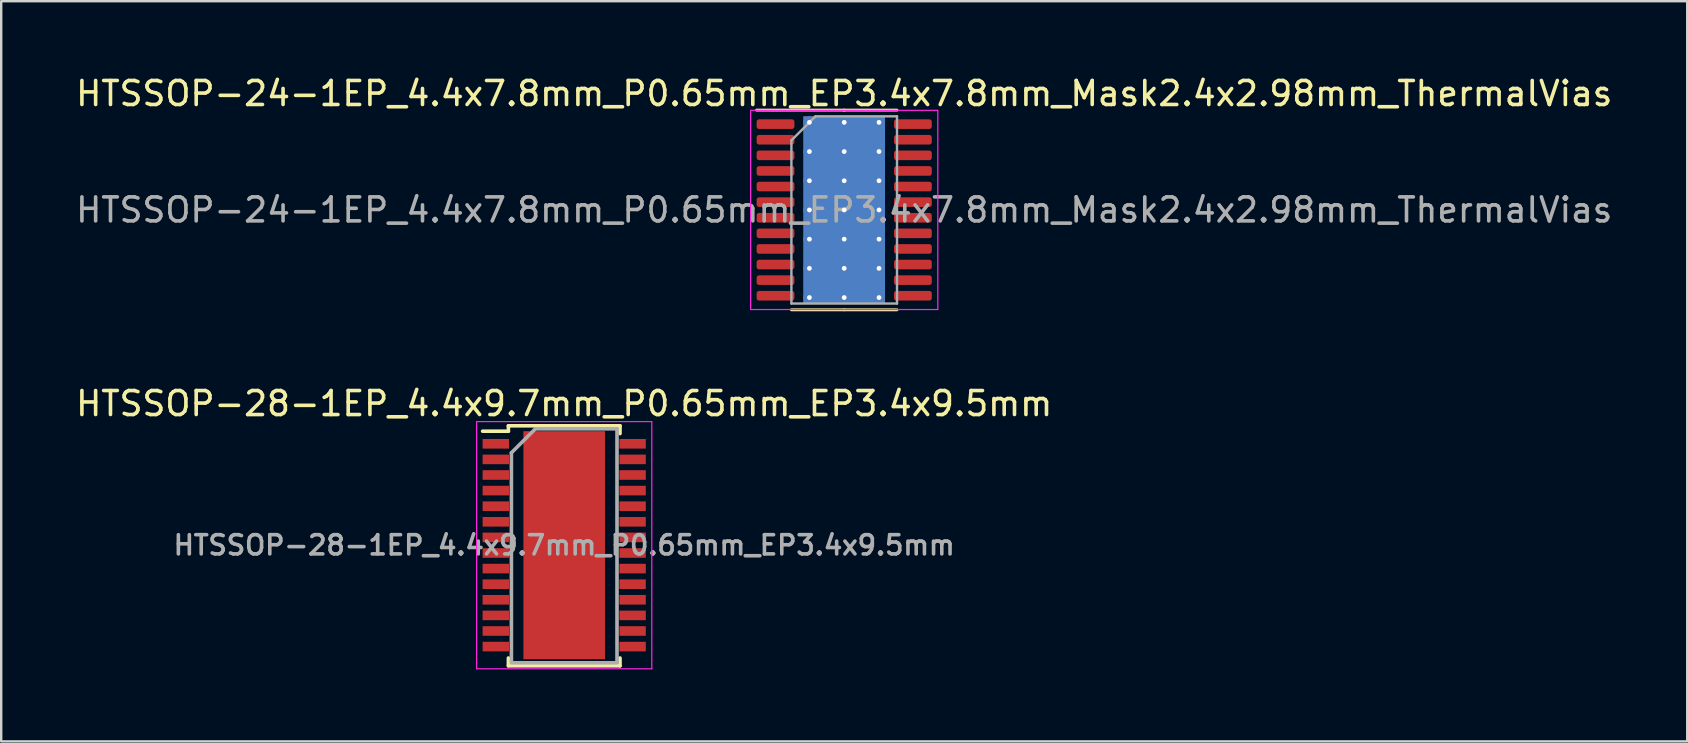
<source format=kicad_pcb>
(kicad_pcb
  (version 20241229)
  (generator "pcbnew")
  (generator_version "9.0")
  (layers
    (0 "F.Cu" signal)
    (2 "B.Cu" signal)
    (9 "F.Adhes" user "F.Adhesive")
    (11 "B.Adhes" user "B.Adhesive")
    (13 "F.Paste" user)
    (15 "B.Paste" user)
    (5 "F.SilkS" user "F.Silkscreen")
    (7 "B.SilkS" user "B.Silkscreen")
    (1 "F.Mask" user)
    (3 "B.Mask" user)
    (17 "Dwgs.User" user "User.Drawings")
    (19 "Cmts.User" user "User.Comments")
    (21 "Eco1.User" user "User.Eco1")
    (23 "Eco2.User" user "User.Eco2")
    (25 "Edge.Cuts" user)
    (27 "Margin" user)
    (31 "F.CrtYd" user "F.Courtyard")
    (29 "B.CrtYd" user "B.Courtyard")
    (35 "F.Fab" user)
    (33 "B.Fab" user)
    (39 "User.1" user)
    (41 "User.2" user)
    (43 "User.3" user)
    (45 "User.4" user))
  (footprint "HTSSOP-28-1EP_4.4x9.7mm_P0.65mm_EP3.4x9.5mm"
    (layer "F.Cu")
    (at 20.458 19.666)
    (property "Reference" "HTSSOP-28-1EP_4.4x9.7mm_P0.65mm_EP3.4x9.5mm" (at 0 -5.9 0) (layer "F.SilkS") (effects (font (size 1 1) (thickness 0.15))))
    (attr smd)
    (fp_line (start -2.325 -4.975) (end -2.325 -4.75) (stroke (width 0.15) (type solid)) (layer "F.SilkS"))
    (fp_line (start -2.325 -4.975) (end 2.325 -4.975) (stroke (width 0.15) (type solid)) (layer "F.SilkS"))
    (fp_line (start -2.325 -4.75) (end -3.4 -4.75) (stroke (width 0.15) (type solid)) (layer "F.SilkS"))
    (fp_line (start -2.325 5.026) (end -2.325 4.701) (stroke (width 0.15) (type solid)) (layer "F.SilkS"))
    (fp_line (start -2.325 5.026) (end 2.325 5.026) (stroke (width 0.15) (type solid)) (layer "F.SilkS"))
    (fp_line (start 2.325 -4.975) (end 2.325 -4.65) (stroke (width 0.15) (type solid)) (layer "F.SilkS"))
    (fp_line (start 2.325 5.026) (end 2.325 4.701) (stroke (width 0.15) (type solid)) (layer "F.SilkS"))
    (fp_line (start -3.65 -5.15) (end -3.65 5.15) (stroke (width 0.05) (type solid)) (layer "F.CrtYd"))
    (fp_line (start -3.65 -5.15) (end 3.65 -5.15) (stroke (width 0.05) (type solid)) (layer "F.CrtYd"))
    (fp_line (start -3.65 5.15) (end 3.65 5.15) (stroke (width 0.05) (type solid)) (layer "F.CrtYd"))
    (fp_line (start 3.65 -5.15) (end 3.65 5.15) (stroke (width 0.05) (type solid)) (layer "F.CrtYd"))
    (fp_line (start -2.2 -3.85) (end -1.2 -4.85) (stroke (width 0.15) (type solid)) (layer "F.Fab"))
    (fp_line (start -2.2 4.85) (end -2.2 -3.85) (stroke (width 0.15) (type solid)) (layer "F.Fab"))
    (fp_line (start -1.2 -4.85) (end 2.2 -4.85) (stroke (width 0.15) (type solid)) (layer "F.Fab"))
    (fp_line (start 2.2 -4.85) (end 2.2 4.85) (stroke (width 0.15) (type solid)) (layer "F.Fab"))
    (fp_line (start 2.2 4.901) (end -2.2 4.901) (stroke (width 0.15) (type solid)) (layer "F.Fab"))
    (fp_text user "${REFERENCE}" (at 0 0 0) (layer "F.Fab") (effects (font (size 0.8 0.8) (thickness 0.15))))
    (pad "" smd rect (at -0.85 -3.8) (size 1.4 1.6) (layers "F.Paste"))
    (pad "" smd rect (at -0.85 -1.9) (size 1.4 1.6) (layers "F.Paste"))
    (pad "" smd rect (at -0.85 0) (size 1.4 1.6) (layers "F.Paste"))
    (pad "" smd rect (at -0.85 1.9) (size 1.4 1.6) (layers "F.Paste"))
    (pad "" smd rect (at -0.85 3.8) (size 1.4 1.6) (layers "F.Paste"))
    (pad "" smd rect (at 0.85 -3.8) (size 1.4 1.6) (layers "F.Paste"))
    (pad "" smd rect (at 0.85 -1.9) (size 1.4 1.6) (layers "F.Paste"))
    (pad "" smd rect (at 0.85 0) (size 1.4 1.6) (layers "F.Paste"))
    (pad "" smd rect (at 0.85 1.9) (size 1.4 1.6) (layers "F.Paste"))
    (pad "" smd rect (at 0.85 3.8) (size 1.4 1.6) (layers "F.Paste"))
    (pad "1" smd rect (at -2.85 -4.225) (size 1.1 0.4) (layers "F.Cu" "F.Mask" "F.Paste"))
    (pad "2" smd rect (at -2.85 -3.575) (size 1.1 0.4) (layers "F.Cu" "F.Mask" "F.Paste"))
    (pad "3" smd rect (at -2.85 -2.925) (size 1.1 0.4) (layers "F.Cu" "F.Mask" "F.Paste"))
    (pad "4" smd rect (at -2.85 -2.275) (size 1.1 0.4) (layers "F.Cu" "F.Mask" "F.Paste"))
    (pad "5" smd rect (at -2.85 -1.625) (size 1.1 0.4) (layers "F.Cu" "F.Mask" "F.Paste"))
    (pad "6" smd rect (at -2.85 -0.975) (size 1.1 0.4) (layers "F.Cu" "F.Mask" "F.Paste"))
    (pad "7" smd rect (at -2.85 -0.325) (size 1.1 0.4) (layers "F.Cu" "F.Mask" "F.Paste"))
    (pad "8" smd rect (at -2.85 0.325) (size 1.1 0.4) (layers "F.Cu" "F.Mask" "F.Paste"))
    (pad "9" smd rect (at -2.85 0.975) (size 1.1 0.4) (layers "F.Cu" "F.Mask" "F.Paste"))
    (pad "10" smd rect (at -2.85 1.625) (size 1.1 0.4) (layers "F.Cu" "F.Mask" "F.Paste"))
    (pad "11" smd rect (at -2.85 2.275) (size 1.1 0.4) (layers "F.Cu" "F.Mask" "F.Paste"))
    (pad "12" smd rect (at -2.85 2.925) (size 1.1 0.4) (layers "F.Cu" "F.Mask" "F.Paste"))
    (pad "13" smd rect (at -2.85 3.575) (size 1.1 0.4) (layers "F.Cu" "F.Mask" "F.Paste"))
    (pad "14" smd rect (at -2.85 4.225) (size 1.1 0.4) (layers "F.Cu" "F.Mask" "F.Paste"))
    (pad "15" smd rect (at 2.85 4.225) (size 1.1 0.4) (layers "F.Cu" "F.Mask" "F.Paste"))
    (pad "16" smd rect (at 2.85 3.575) (size 1.1 0.4) (layers "F.Cu" "F.Mask" "F.Paste"))
    (pad "17" smd rect (at 2.85 2.925) (size 1.1 0.4) (layers "F.Cu" "F.Mask" "F.Paste"))
    (pad "18" smd rect (at 2.85 2.275) (size 1.1 0.4) (layers "F.Cu" "F.Mask" "F.Paste"))
    (pad "19" smd rect (at 2.85 1.625) (size 1.1 0.4) (layers "F.Cu" "F.Mask" "F.Paste"))
    (pad "20" smd rect (at 2.85 0.975) (size 1.1 0.4) (layers "F.Cu" "F.Mask" "F.Paste"))
    (pad "21" smd rect (at 2.85 0.325) (size 1.1 0.4) (layers "F.Cu" "F.Mask" "F.Paste"))
    (pad "22" smd rect (at 2.85 -0.325) (size 1.1 0.4) (layers "F.Cu" "F.Mask" "F.Paste"))
    (pad "23" smd rect (at 2.85 -0.975) (size 1.1 0.4) (layers "F.Cu" "F.Mask" "F.Paste"))
    (pad "24" smd rect (at 2.85 -1.625) (size 1.1 0.4) (layers "F.Cu" "F.Mask" "F.Paste"))
    (pad "25" smd rect (at 2.85 -2.275) (size 1.1 0.4) (layers "F.Cu" "F.Mask" "F.Paste"))
    (pad "26" smd rect (at 2.85 -2.925) (size 1.1 0.4) (layers "F.Cu" "F.Mask" "F.Paste"))
    (pad "27" smd rect (at 2.85 -3.575) (size 1.1 0.4) (layers "F.Cu" "F.Mask" "F.Paste"))
    (pad "28" smd rect (at 2.85 -4.225) (size 1.1 0.4) (layers "F.Cu" "F.Mask" "F.Paste"))
    (pad "29" smd rect (at 0 0) (size 3.4 9.5) (layers "F.Cu" "F.Mask")))
  (footprint "HTSSOP-24-1EP_4.4x7.8mm_P0.65mm_EP3.4x7.8mm_Mask2.4x2.98mm_ThermalVias"
    (layer "F.Cu")
    (at 32.125 5.698)
    (property "Reference" "HTSSOP-24-1EP_4.4x7.8mm_P0.65mm_EP3.4x7.8mm_Mask2.4x2.98mm_ThermalVias" (at 0 -4.85 0) (layer "F.SilkS") (effects (font (size 1 1) (thickness 0.15))))
    (attr smd)
    (fp_line (start 0 -4.16) (end -3.65 -4.16) (stroke (width 0.12) (type solid)) (layer "F.SilkS"))
    (fp_line (start 0 -4.16) (end 2.2 -4.16) (stroke (width 0.12) (type solid)) (layer "F.SilkS"))
    (fp_line (start 0 4.16) (end -2.2 4.16) (stroke (width 0.12) (type solid)) (layer "F.SilkS"))
    (fp_line (start 0 4.16) (end 2.2 4.16) (stroke (width 0.12) (type solid)) (layer "F.SilkS"))
    (fp_line (start -3.9 -4.15) (end -3.9 4.15) (stroke (width 0.05) (type solid)) (layer "F.CrtYd"))
    (fp_line (start -3.9 4.15) (end 3.9 4.15) (stroke (width 0.05) (type solid)) (layer "F.CrtYd"))
    (fp_line (start 3.9 -4.15) (end -3.9 -4.15) (stroke (width 0.05) (type solid)) (layer "F.CrtYd"))
    (fp_line (start 3.9 4.15) (end 3.9 -4.15) (stroke (width 0.05) (type solid)) (layer "F.CrtYd"))
    (fp_line (start -2.2 -2.9) (end -1.2 -3.9) (stroke (width 0.1) (type solid)) (layer "F.Fab"))
    (fp_line (start -2.2 3.9) (end -2.2 -2.9) (stroke (width 0.1) (type solid)) (layer "F.Fab"))
    (fp_line (start -1.2 -3.9) (end 2.2 -3.9) (stroke (width 0.1) (type solid)) (layer "F.Fab"))
    (fp_line (start 2.2 -3.9) (end 2.2 3.9) (stroke (width 0.1) (type solid)) (layer "F.Fab"))
    (fp_line (start 2.2 3.9) (end -2.2 3.9) (stroke (width 0.1) (type solid)) (layer "F.Fab"))
    (fp_text user "${REFERENCE}" (at 0 0 0) (layer "F.Fab") (effects (font (size 1 1) (thickness 0.15))))
    (pad "" smd roundrect (at 0 0) (size 1.93 2.4) (layers "F.Paste") (roundrect_rratio 0.13))
    (pad "" smd rect (at 0 0) (size 2.4 2.98) (layers "F.Mask"))
    (pad "1" smd roundrect (at -2.862 -3.575) (size 1.575 0.4) (layers "F.Cu" "F.Mask" "F.Paste") (roundrect_rratio 0.25))
    (pad "2" smd roundrect (at -2.862 -2.925) (size 1.575 0.4) (layers "F.Cu" "F.Mask" "F.Paste") (roundrect_rratio 0.25))
    (pad "3" smd roundrect (at -2.862 -2.275) (size 1.575 0.4) (layers "F.Cu" "F.Mask" "F.Paste") (roundrect_rratio 0.25))
    (pad "4" smd roundrect (at -2.862 -1.625) (size 1.575 0.4) (layers "F.Cu" "F.Mask" "F.Paste") (roundrect_rratio 0.25))
    (pad "5" smd roundrect (at -2.862 -0.975) (size 1.575 0.4) (layers "F.Cu" "F.Mask" "F.Paste") (roundrect_rratio 0.25))
    (pad "6" smd roundrect (at -2.862 -0.325) (size 1.575 0.4) (layers "F.Cu" "F.Mask" "F.Paste") (roundrect_rratio 0.25))
    (pad "7" smd roundrect (at -2.862 0.325) (size 1.575 0.4) (layers "F.Cu" "F.Mask" "F.Paste") (roundrect_rratio 0.25))
    (pad "8" smd roundrect (at -2.862 0.975) (size 1.575 0.4) (layers "F.Cu" "F.Mask" "F.Paste") (roundrect_rratio 0.25))
    (pad "9" smd roundrect (at -2.862 1.625) (size 1.575 0.4) (layers "F.Cu" "F.Mask" "F.Paste") (roundrect_rratio 0.25))
    (pad "10" smd roundrect (at -2.862 2.275) (size 1.575 0.4) (layers "F.Cu" "F.Mask" "F.Paste") (roundrect_rratio 0.25))
    (pad "11" smd roundrect (at -2.862 2.925) (size 1.575 0.4) (layers "F.Cu" "F.Mask" "F.Paste") (roundrect_rratio 0.25))
    (pad "12" smd roundrect (at -2.862 3.575) (size 1.575 0.4) (layers "F.Cu" "F.Mask" "F.Paste") (roundrect_rratio 0.25))
    (pad "13" smd roundrect (at 2.862 3.575) (size 1.575 0.4) (layers "F.Cu" "F.Mask" "F.Paste") (roundrect_rratio 0.25))
    (pad "14" smd roundrect (at 2.862 2.925) (size 1.575 0.4) (layers "F.Cu" "F.Mask" "F.Paste") (roundrect_rratio 0.25))
    (pad "15" smd roundrect (at 2.862 2.275) (size 1.575 0.4) (layers "F.Cu" "F.Mask" "F.Paste") (roundrect_rratio 0.25))
    (pad "16" smd roundrect (at 2.862 1.625) (size 1.575 0.4) (layers "F.Cu" "F.Mask" "F.Paste") (roundrect_rratio 0.25))
    (pad "17" smd roundrect (at 2.862 0.975) (size 1.575 0.4) (layers "F.Cu" "F.Mask" "F.Paste") (roundrect_rratio 0.25))
    (pad "18" smd roundrect (at 2.862 0.325) (size 1.575 0.4) (layers "F.Cu" "F.Mask" "F.Paste") (roundrect_rratio 0.25))
    (pad "19" smd roundrect (at 2.862 -0.325) (size 1.575 0.4) (layers "F.Cu" "F.Mask" "F.Paste") (roundrect_rratio 0.25))
    (pad "20" smd roundrect (at 2.862 -0.975) (size 1.575 0.4) (layers "F.Cu" "F.Mask" "F.Paste") (roundrect_rratio 0.25))
    (pad "21" smd roundrect (at 2.862 -1.625) (size 1.575 0.4) (layers "F.Cu" "F.Mask" "F.Paste") (roundrect_rratio 0.25))
    (pad "22" smd roundrect (at 2.862 -2.275) (size 1.575 0.4) (layers "F.Cu" "F.Mask" "F.Paste") (roundrect_rratio 0.25))
    (pad "23" smd roundrect (at 2.862 -2.925) (size 1.575 0.4) (layers "F.Cu" "F.Mask" "F.Paste") (roundrect_rratio 0.25))
    (pad "24" smd roundrect (at 2.862 -3.575) (size 1.575 0.4) (layers "F.Cu" "F.Mask" "F.Paste") (roundrect_rratio 0.25))
    (pad "25" thru_hole circle (at -1.45 -3.65) (size 0.5 0.5) (drill 0.2) (layers "*.Cu"))
    (pad "25" thru_hole circle (at -1.45 -2.433) (size 0.5 0.5) (drill 0.2) (layers "*.Cu"))
    (pad "25" thru_hole circle (at -1.45 -1.217) (size 0.5 0.5) (drill 0.2) (layers "*.Cu"))
    (pad "25" thru_hole circle (at -1.45 0) (size 0.5 0.5) (drill 0.2) (layers "*.Cu"))
    (pad "25" thru_hole circle (at -1.45 1.217) (size 0.5 0.5) (drill 0.2) (layers "*.Cu"))
    (pad "25" thru_hole circle (at -1.45 2.433) (size 0.5 0.5) (drill 0.2) (layers "*.Cu"))
    (pad "25" thru_hole circle (at -1.45 3.65) (size 0.5 0.5) (drill 0.2) (layers "*.Cu"))
    (pad "25" thru_hole circle (at 0 -3.65) (size 0.5 0.5) (drill 0.2) (layers "*.Cu"))
    (pad "25" thru_hole circle (at 0 -2.433) (size 0.5 0.5) (drill 0.2) (layers "*.Cu"))
    (pad "25" thru_hole circle (at 0 -1.217) (size 0.5 0.5) (drill 0.2) (layers "*.Cu"))
    (pad "25" thru_hole circle (at 0 0) (size 0.5 0.5) (drill 0.2) (layers "*.Cu"))
    (pad "25" smd rect (at 0 0) (size 3.4 7.8) (layers "F.Cu"))
    (pad "25" smd rect (at 0 0) (size 3.4 7.8) (layers "B.Cu"))
    (pad "25" thru_hole circle (at 0 1.217) (size 0.5 0.5) (drill 0.2) (layers "*.Cu"))
    (pad "25" thru_hole circle (at 0 2.433) (size 0.5 0.5) (drill 0.2) (layers "*.Cu"))
    (pad "25" thru_hole circle (at 0 3.65) (size 0.5 0.5) (drill 0.2) (layers "*.Cu"))
    (pad "25" thru_hole circle (at 1.45 -3.65) (size 0.5 0.5) (drill 0.2) (layers "*.Cu"))
    (pad "25" thru_hole circle (at 1.45 -2.433) (size 0.5 0.5) (drill 0.2) (layers "*.Cu"))
    (pad "25" thru_hole circle (at 1.45 -1.217) (size 0.5 0.5) (drill 0.2) (layers "*.Cu"))
    (pad "25" thru_hole circle (at 1.45 0) (size 0.5 0.5) (drill 0.2) (layers "*.Cu"))
    (pad "25" thru_hole circle (at 1.45 1.217) (size 0.5 0.5) (drill 0.2) (layers "*.Cu"))
    (pad "25" thru_hole circle (at 1.45 2.433) (size 0.5 0.5) (drill 0.2) (layers "*.Cu"))
    (pad "25" thru_hole circle (at 1.45 3.65) (size 0.5 0.5) (drill 0.2) (layers "*.Cu")))
  (gr_rect
    (start -3 -3)
    (end 67.25 27.841)
    (stroke (width 0.1) (type default))
    (fill no)
    (layer "Edge.Cuts")))
</source>
